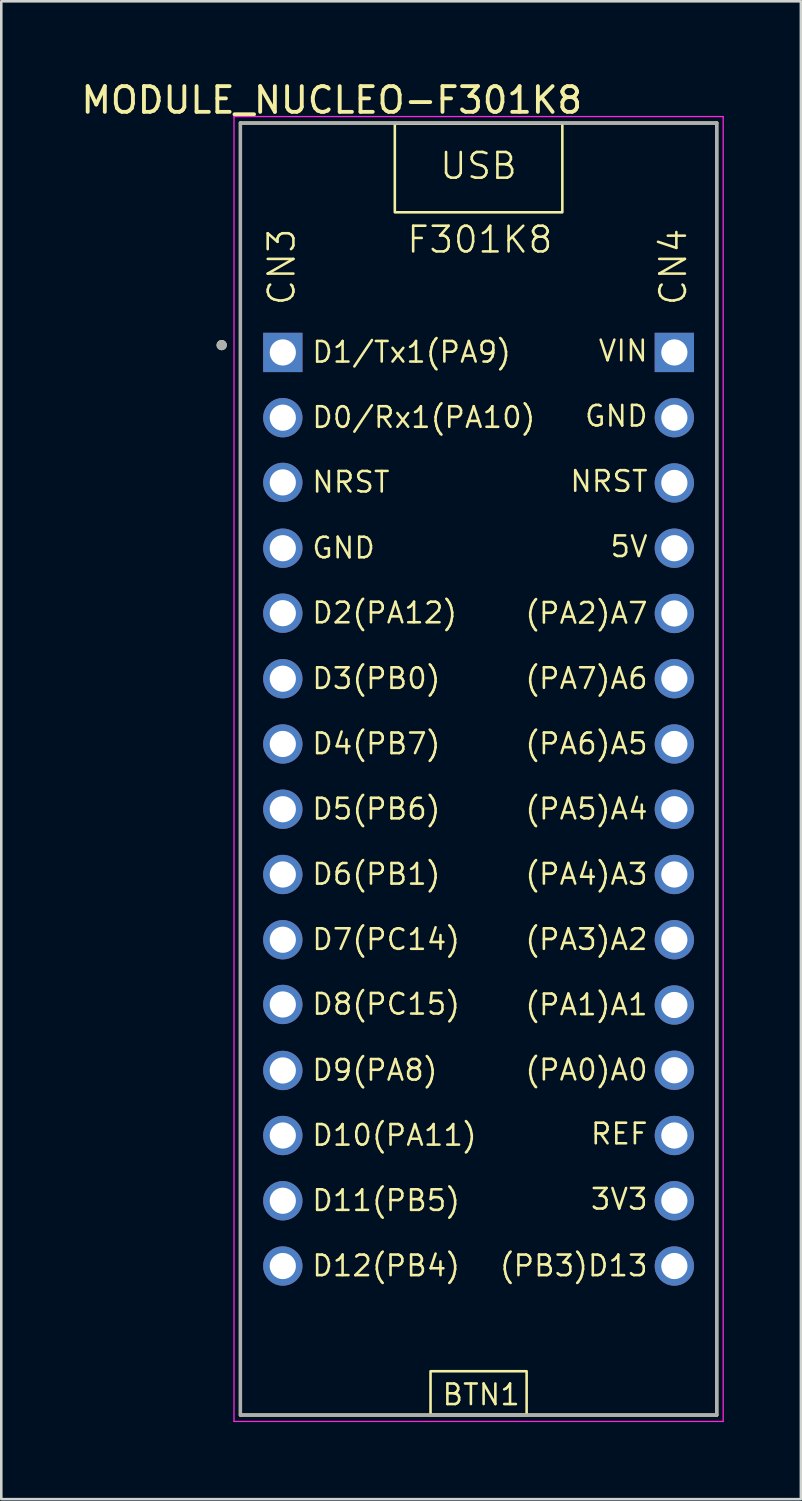
<source format=kicad_pcb>
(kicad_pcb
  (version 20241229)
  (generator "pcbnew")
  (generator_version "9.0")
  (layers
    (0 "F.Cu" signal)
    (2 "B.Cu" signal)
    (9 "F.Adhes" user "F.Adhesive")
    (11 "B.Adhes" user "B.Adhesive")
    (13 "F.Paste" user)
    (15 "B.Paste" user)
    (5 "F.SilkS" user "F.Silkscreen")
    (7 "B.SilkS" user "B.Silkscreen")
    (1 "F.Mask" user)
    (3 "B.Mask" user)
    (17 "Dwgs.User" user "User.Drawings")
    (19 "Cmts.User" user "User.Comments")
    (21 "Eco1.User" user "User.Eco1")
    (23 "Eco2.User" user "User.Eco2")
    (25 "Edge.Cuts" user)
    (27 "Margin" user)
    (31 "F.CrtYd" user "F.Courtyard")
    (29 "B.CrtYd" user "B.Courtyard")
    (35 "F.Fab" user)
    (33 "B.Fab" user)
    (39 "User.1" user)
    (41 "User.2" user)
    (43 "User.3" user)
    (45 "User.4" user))
  (footprint "MODULE_NUCLEO-F301K8"
    (layer "F.Cu")
    (at 15.578 26.883)
    (property "Reference" "MODULE_NUCLEO-F301K8" (at -5.715 -26.035 0) (layer "F.SilkS") (effects (font (size 1 1) (thickness 0.15))))
    (attr through_hole)
    (fp_line (start -9.27 -25.145) (end 9.27 -25.145) (stroke (width 0.127) (type solid)) (layer "F.SilkS"))
    (fp_line (start -9.27 25.145) (end -9.27 -25.145) (stroke (width 0.127) (type solid)) (layer "F.SilkS"))
    (fp_line (start 9.27 -25.145) (end 9.27 25.145) (stroke (width 0.127) (type solid)) (layer "F.SilkS"))
    (fp_line (start 9.27 25.145) (end -9.27 25.145) (stroke (width 0.127) (type solid)) (layer "F.SilkS"))
    (fp_rect (start -3.26 -25.12) (end 3.26 -21.67) (stroke (width 0.1) (type default)) (fill no) (layer "F.SilkS"))
    (fp_rect (start -1.87 23.44) (end 1.87 25.14) (stroke (width 0.1) (type default)) (fill no) (layer "F.SilkS"))
    (fp_circle (center -10 -16.5) (end -9.9 -16.5) (stroke (width 0.2) (type solid)) (fill no) (layer "F.SilkS"))
    (fp_line (start -9.52 -25.395) (end 9.52 -25.395) (stroke (width 0.05) (type solid)) (layer "F.CrtYd"))
    (fp_line (start -9.52 25.395) (end -9.52 -25.395) (stroke (width 0.05) (type solid)) (layer "F.CrtYd"))
    (fp_line (start 9.52 -25.395) (end 9.52 25.395) (stroke (width 0.05) (type solid)) (layer "F.CrtYd"))
    (fp_line (start 9.52 25.395) (end -9.52 25.395) (stroke (width 0.05) (type solid)) (layer "F.CrtYd"))
    (fp_line (start -9.27 -25.145) (end 9.27 -25.145) (stroke (width 0.127) (type solid)) (layer "F.Fab"))
    (fp_line (start -9.27 25.145) (end -9.27 -25.145) (stroke (width 0.127) (type solid)) (layer "F.Fab"))
    (fp_line (start 9.27 -25.145) (end 9.27 25.145) (stroke (width 0.127) (type solid)) (layer "F.Fab"))
    (fp_line (start 9.27 25.145) (end -9.27 25.145) (stroke (width 0.127) (type solid)) (layer "F.Fab"))
    (fp_circle (center -10 -16.5) (end -9.9 -16.5) (stroke (width 0.2) (type solid)) (fill no) (layer "F.Fab"))
    (fp_text user "(PA5)A4" (at 1.753 2.022 0) (unlocked yes) (layer "F.SilkS") (effects (font (size 0.8 0.8) (thickness 0.1)) (justify left bottom)))
    (fp_text user "GND" (at -6.54 -8.139 0) (unlocked yes) (layer "F.SilkS") (effects (font (size 0.8 0.8) (thickness 0.1)) (justify left bottom)))
    (fp_text user "CN3" (at -7.08 -17.98 90) (unlocked yes) (layer "F.SilkS") (effects (font (size 1 1) (thickness 0.1)) (justify left bottom)))
    (fp_text user "(PA4)A3" (at 1.753 4.561 0) (unlocked yes) (layer "F.SilkS") (effects (font (size 0.8 0.8) (thickness 0.1)) (justify left bottom)))
    (fp_text user "D5(PB6)" (at -6.54 2.022 0) (unlocked yes) (layer "F.SilkS") (effects (font (size 0.8 0.8) (thickness 0.1)) (justify left bottom)))
    (fp_text user "D12(PB4)" (at -6.54 19.802 0) (unlocked yes) (layer "F.SilkS") (effects (font (size 0.8 0.8) (thickness 0.1)) (justify left bottom)))
    (fp_text user "D10(PA11)" (at -6.54 14.722 0) (unlocked yes) (layer "F.SilkS") (effects (font (size 0.8 0.8) (thickness 0.1)) (justify left bottom)))
    (fp_text user "D1/Tx1(PA9)" (at -6.54 -15.758 0) (unlocked yes) (layer "F.SilkS") (effects (font (size 0.8 0.8) (thickness 0.1)) (justify left bottom)))
    (fp_text user "D7(PC14)" (at -6.54 7.101 0) (unlocked yes) (layer "F.SilkS") (effects (font (size 0.8 0.8) (thickness 0.1)) (justify left bottom)))
    (fp_text user "(PA6)A5" (at 1.753 -0.518 0) (unlocked yes) (layer "F.SilkS") (effects (font (size 0.8 0.8) (thickness 0.1)) (justify left bottom)))
    (fp_text user "5V" (at 5.067 -8.19 0) (unlocked yes) (layer "F.SilkS") (effects (font (size 0.8 0.8) (thickness 0.1)) (justify left bottom)))
    (fp_text user "D3(PB0)" (at -6.54 -3.058 0) (unlocked yes) (layer "F.SilkS") (effects (font (size 0.8 0.8) (thickness 0.1)) (justify left bottom)))
    (fp_text user "CN4" (at 8.159 -17.98 90) (unlocked yes) (layer "F.SilkS") (effects (font (size 1 1) (thickness 0.1)) (justify left bottom)))
    (fp_text user "D0/Rx1(PA10)" (at -6.54 -13.219 0) (unlocked yes) (layer "F.SilkS") (effects (font (size 0.8 0.8) (thickness 0.1)) (justify left bottom)))
    (fp_text user "USB" (at -1.57 -22.89 0) (unlocked yes) (layer "F.SilkS") (effects (font (size 1 1) (thickness 0.1)) (justify left bottom)))
    (fp_text user "F301K8" (at -2.85 -20.02 0) (unlocked yes) (layer "F.SilkS") (effects (font (size 1 1) (thickness 0.1)) (justify left bottom)))
    (fp_text user "(PB3)D13" (at 0.762 19.802 0) (unlocked yes) (layer "F.SilkS") (effects (font (size 0.8 0.8) (thickness 0.1)) (justify left bottom)))
    (fp_text user "GND" (at 4.077 -13.27 0) (unlocked yes) (layer "F.SilkS") (effects (font (size 0.8 0.8) (thickness 0.1)) (justify left bottom)))
    (fp_text user "D9(PA8)" (at -6.54 12.19 0) (unlocked yes) (layer "F.SilkS") (effects (font (size 0.8 0.8) (thickness 0.1)) (justify left bottom)))
    (fp_text user "(PA3)A2" (at 1.753 7.101 0) (unlocked yes) (layer "F.SilkS") (effects (font (size 0.8 0.8) (thickness 0.1)) (justify left bottom)))
    (fp_text user "D11(PB5)" (at -6.54 17.262 0) (unlocked yes) (layer "F.SilkS") (effects (font (size 0.8 0.8) (thickness 0.1)) (justify left bottom)))
    (fp_text user "(PA2)A7" (at 1.753 -5.598 0) (unlocked yes) (layer "F.SilkS") (effects (font (size 0.8 0.8) (thickness 0.1)) (justify left bottom)))
    (fp_text user "D8(PC15)" (at -6.54 9.62 0) (unlocked yes) (layer "F.SilkS") (effects (font (size 0.8 0.8) (thickness 0.1)) (justify left bottom)))
    (fp_text user "BTN1" (at -1.47 24.82 0) (unlocked yes) (layer "F.SilkS") (effects (font (size 0.8 0.8) (thickness 0.1)) (justify left bottom)))
    (fp_text user "D6(PB1)" (at -6.54 4.561 0) (unlocked yes) (layer "F.SilkS") (effects (font (size 0.8 0.8) (thickness 0.1)) (justify left bottom)))
    (fp_text user "(PA0)A0" (at 1.753 12.181 0) (unlocked yes) (layer "F.SilkS") (effects (font (size 0.8 0.8) (thickness 0.1)) (justify left bottom)))
    (fp_text user "D2(PA12)" (at -6.54 -5.61 0) (unlocked yes) (layer "F.SilkS") (effects (font (size 0.8 0.8) (thickness 0.1)) (justify left bottom)))
    (fp_text user "REF" (at 4.305 14.67 0) (unlocked yes) (layer "F.SilkS") (effects (font (size 0.8 0.8) (thickness 0.1)) (justify left bottom)))
    (fp_text user "(PA7)A6" (at 1.753 -3.058 0) (unlocked yes) (layer "F.SilkS") (effects (font (size 0.8 0.8) (thickness 0.1)) (justify left bottom)))
    (fp_text user "D4(PB7)" (at -6.54 -0.518 0) (unlocked yes) (layer "F.SilkS") (effects (font (size 0.8 0.8) (thickness 0.1)) (justify left bottom)))
    (fp_text user "3V3" (at 4.305 17.21 0) (unlocked yes) (layer "F.SilkS") (effects (font (size 0.8 0.8) (thickness 0.1)) (justify left bottom)))
    (fp_text user "NRST" (at -6.54 -10.7 0) (unlocked yes) (layer "F.SilkS") (effects (font (size 0.8 0.8) (thickness 0.1)) (justify left bottom)))
    (fp_text user "(PA1)A1" (at 1.753 9.642 0) (unlocked yes) (layer "F.SilkS") (effects (font (size 0.8 0.8) (thickness 0.1)) (justify left bottom)))
    (fp_text user "NRST" (at 3.505 -10.73 0) (unlocked yes) (layer "F.SilkS") (effects (font (size 0.8 0.8) (thickness 0.1)) (justify left bottom)))
    (fp_text user "VIN" (at 4.61 -15.81 0) (unlocked yes) (layer "F.SilkS") (effects (font (size 0.8 0.8) (thickness 0.1)) (justify left bottom)))
    (pad "CN3_1" thru_hole rect (at -7.62 -16.215) (size 1.53 1.53) (drill 1.02) (layers "*.Cu" "*.Mask"))
    (pad "CN3_2" thru_hole circle (at -7.62 -13.675) (size 1.53 1.53) (drill 1.02) (layers "*.Cu" "*.Mask"))
    (pad "CN3_3" thru_hole circle (at -7.62 -11.156) (size 1.53 1.53) (drill 1.02) (layers "*.Cu" "*.Mask"))
    (pad "CN3_4" thru_hole circle (at -7.62 -8.595) (size 1.53 1.53) (drill 1.02) (layers "*.Cu" "*.Mask"))
    (pad "CN3_5" thru_hole circle (at -7.62 -6.066) (size 1.53 1.53) (drill 1.02) (layers "*.Cu" "*.Mask"))
    (pad "CN3_6" thru_hole circle (at -7.62 -3.515) (size 1.53 1.53) (drill 1.02) (layers "*.Cu" "*.Mask"))
    (pad "CN3_7" thru_hole circle (at -7.62 -0.975) (size 1.53 1.53) (drill 1.02) (layers "*.Cu" "*.Mask"))
    (pad "CN3_8" thru_hole circle (at -7.62 1.565) (size 1.53 1.53) (drill 1.02) (layers "*.Cu" "*.Mask"))
    (pad "CN3_9" thru_hole circle (at -7.62 4.105) (size 1.53 1.53) (drill 1.02) (layers "*.Cu" "*.Mask"))
    (pad "CN3_10" thru_hole circle (at -7.62 6.645) (size 1.53 1.53) (drill 1.02) (layers "*.Cu" "*.Mask"))
    (pad "CN3_11" thru_hole circle (at -7.62 9.164) (size 1.53 1.53) (drill 1.02) (layers "*.Cu" "*.Mask"))
    (pad "CN3_12" thru_hole circle (at -7.62 11.733) (size 1.53 1.53) (drill 1.02) (layers "*.Cu" "*.Mask"))
    (pad "CN3_13" thru_hole circle (at -7.62 14.265) (size 1.53 1.53) (drill 1.02) (layers "*.Cu" "*.Mask"))
    (pad "CN3_14" thru_hole circle (at -7.62 16.805) (size 1.53 1.53) (drill 1.02) (layers "*.Cu" "*.Mask"))
    (pad "CN3_15" thru_hole circle (at -7.62 19.345) (size 1.53 1.53) (drill 1.02) (layers "*.Cu" "*.Mask"))
    (pad "CN4_1" thru_hole rect (at 7.62 -16.215) (size 1.53 1.53) (drill 1.02) (layers "*.Cu" "*.Mask"))
    (pad "CN4_2" thru_hole circle (at 7.62 -13.675) (size 1.53 1.53) (drill 1.02) (layers "*.Cu" "*.Mask"))
    (pad "CN4_3" thru_hole circle (at 7.62 -11.135) (size 1.53 1.53) (drill 1.02) (layers "*.Cu" "*.Mask"))
    (pad "CN4_4" thru_hole circle (at 7.62 -8.595) (size 1.53 1.53) (drill 1.02) (layers "*.Cu" "*.Mask"))
    (pad "CN4_5" thru_hole circle (at 7.62 -6.055) (size 1.53 1.53) (drill 1.02) (layers "*.Cu" "*.Mask"))
    (pad "CN4_6" thru_hole circle (at 7.62 -3.515) (size 1.53 1.53) (drill 1.02) (layers "*.Cu" "*.Mask"))
    (pad "CN4_7" thru_hole circle (at 7.62 -0.975) (size 1.53 1.53) (drill 1.02) (layers "*.Cu" "*.Mask"))
    (pad "CN4_8" thru_hole circle (at 7.62 1.565) (size 1.53 1.53) (drill 1.02) (layers "*.Cu" "*.Mask"))
    (pad "CN4_9" thru_hole circle (at 7.62 4.105) (size 1.53 1.53) (drill 1.02) (layers "*.Cu" "*.Mask"))
    (pad "CN4_10" thru_hole circle (at 7.62 6.645) (size 1.53 1.53) (drill 1.02) (layers "*.Cu" "*.Mask"))
    (pad "CN4_11" thru_hole circle (at 7.62 9.185) (size 1.53 1.53) (drill 1.02) (layers "*.Cu" "*.Mask"))
    (pad "CN4_12" thru_hole circle (at 7.62 11.725) (size 1.53 1.53) (drill 1.02) (layers "*.Cu" "*.Mask"))
    (pad "CN4_13" thru_hole circle (at 7.62 14.265) (size 1.53 1.53) (drill 1.02) (layers "*.Cu" "*.Mask"))
    (pad "CN4_14" thru_hole circle (at 7.62 16.805) (size 1.53 1.53) (drill 1.02) (layers "*.Cu" "*.Mask"))
    (pad "CN4_15" thru_hole circle (at 7.62 19.345) (size 1.53 1.53) (drill 1.02) (layers "*.Cu" "*.Mask")))
  (gr_rect
    (start -3 -3)
    (end 28.123 55.303)
    (stroke (width 0.1) (type default))
    (fill no)
    (layer "Edge.Cuts")))
</source>
